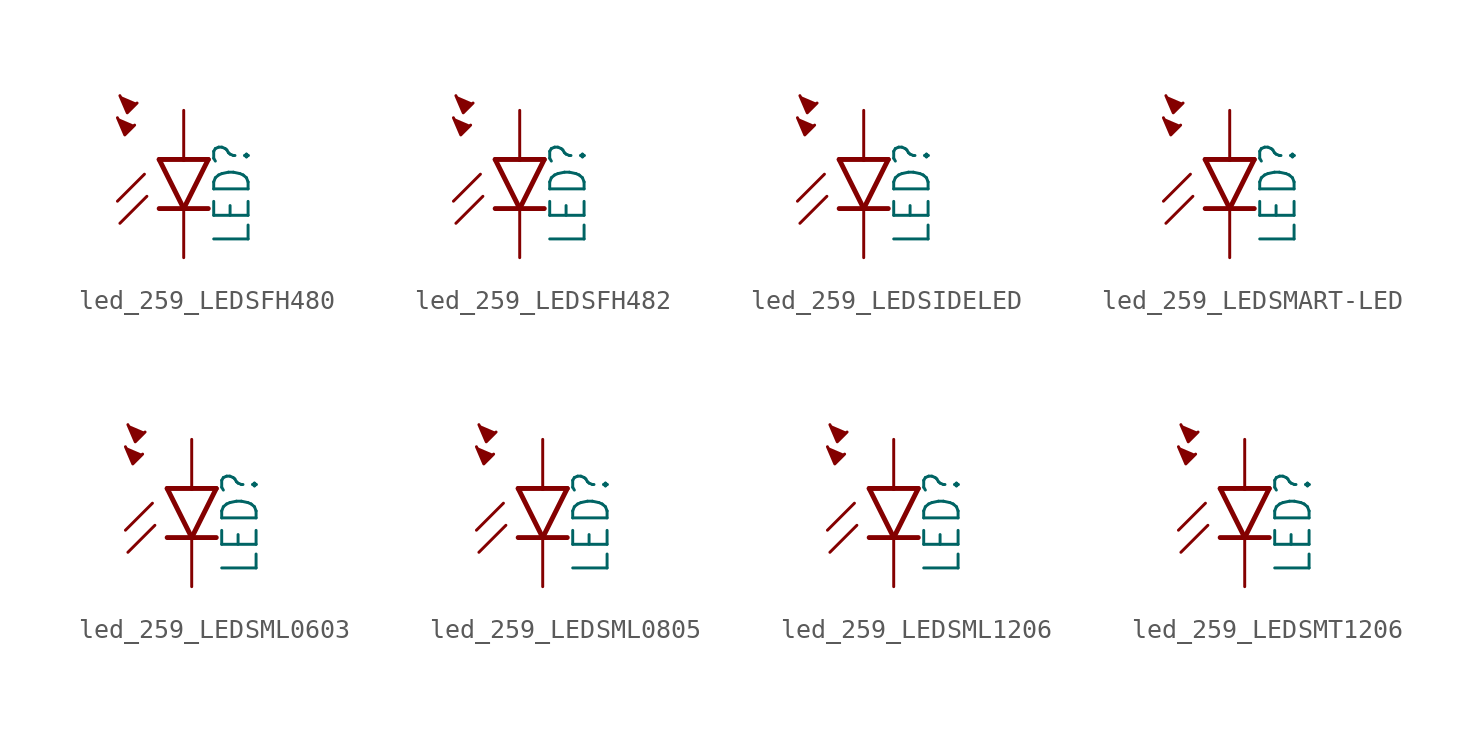
<source format=kicad_sym>
(kicad_symbol_lib
  (version 20241209)
  (generator "kicad_symbol_editor")
  (generator_version "9.0")
  (symbol "led_259_LEDSFH480"
    (property "Reference" "LED"
      (at 3.556 -4.572 90)
      (effects (font (size 1.778 1.511)) (justify left bottom)))
    (property "Value" ""
      (at 5.715 -4.572 90)
      (effects (font (size 1.778 1.511)) (justify left bottom)))
    (property "ki_locked" ""
      (at 0 0 0)
      (effects (font (size 1.27 1.27))))
    (symbol "led_259_LEDSFH480_1_0"
      (polyline (pts (xy -3.429 2.159) (xy -3.048 1.27) (xy -2.54 1.778)) (stroke (width 0.152) (type solid)) (fill (type outline)))
      (polyline (pts (xy -3.302 3.302) (xy -2.921 2.413) (xy -2.413 2.921)) (stroke (width 0.152) (type solid)) (fill (type outline)))
      (polyline (pts (xy -2.032 -0.762) (xy -3.429 -2.159)) (stroke (width 0.152) (type solid)) (fill (type none)))
      (polyline (pts (xy -1.905 -1.905) (xy -3.302 -3.302)) (stroke (width 0.152) (type solid)) (fill (type none)))
      (polyline (pts (xy 0 0) (xy -1.27 0)) (stroke (width 0.254) (type solid)) (fill (type none)))
      (polyline (pts (xy 0 -2.54) (xy -1.27 0)) (stroke (width 0.254) (type solid)) (fill (type none)))
      (polyline (pts (xy 0 -2.54) (xy -1.27 -2.54)) (stroke (width 0.254) (type solid)) (fill (type none)))
      (polyline (pts (xy 1.27 0) (xy 0 0)) (stroke (width 0.254) (type solid)) (fill (type none)))
      (polyline (pts (xy 1.27 0) (xy 0 -2.54)) (stroke (width 0.254) (type solid)) (fill (type none)))
      (polyline (pts (xy 1.27 -2.54) (xy 0 -2.54)) (stroke (width 0.254) (type solid)) (fill (type none)))
      (pin passive line (at 0 2.54 270) (length 2.54) (name "A" (effects (font (size 0 0)))) (number "A" (effects (font (size 0 0)))))
      (pin passive line (at 0 -5.08 90) (length 2.54) (name "C" (effects (font (size 0 0)))) (number "K" (effects (font (size 0 0)))))))
  (symbol "led_259_LEDSFH482"
    (property "Reference" "LED"
      (at 3.556 -4.572 90)
      (effects (font (size 1.778 1.511)) (justify left bottom)))
    (property "Value" ""
      (at 5.715 -4.572 90)
      (effects (font (size 1.778 1.511)) (justify left bottom)))
    (property "ki_locked" ""
      (at 0 0 0)
      (effects (font (size 1.27 1.27))))
    (symbol "led_259_LEDSFH482_1_0"
      (polyline (pts (xy -3.429 2.159) (xy -3.048 1.27) (xy -2.54 1.778)) (stroke (width 0.152) (type solid)) (fill (type outline)))
      (polyline (pts (xy -3.302 3.302) (xy -2.921 2.413) (xy -2.413 2.921)) (stroke (width 0.152) (type solid)) (fill (type outline)))
      (polyline (pts (xy -2.032 -0.762) (xy -3.429 -2.159)) (stroke (width 0.152) (type solid)) (fill (type none)))
      (polyline (pts (xy -1.905 -1.905) (xy -3.302 -3.302)) (stroke (width 0.152) (type solid)) (fill (type none)))
      (polyline (pts (xy 0 0) (xy -1.27 0)) (stroke (width 0.254) (type solid)) (fill (type none)))
      (polyline (pts (xy 0 -2.54) (xy -1.27 0)) (stroke (width 0.254) (type solid)) (fill (type none)))
      (polyline (pts (xy 0 -2.54) (xy -1.27 -2.54)) (stroke (width 0.254) (type solid)) (fill (type none)))
      (polyline (pts (xy 1.27 0) (xy 0 0)) (stroke (width 0.254) (type solid)) (fill (type none)))
      (polyline (pts (xy 1.27 0) (xy 0 -2.54)) (stroke (width 0.254) (type solid)) (fill (type none)))
      (polyline (pts (xy 1.27 -2.54) (xy 0 -2.54)) (stroke (width 0.254) (type solid)) (fill (type none)))
      (pin passive line (at 0 2.54 270) (length 2.54) (name "A" (effects (font (size 0 0)))) (number "A" (effects (font (size 0 0)))))
      (pin passive line (at 0 -5.08 90) (length 2.54) (name "C" (effects (font (size 0 0)))) (number "K" (effects (font (size 0 0)))))))
  (symbol "led_259_LEDSIDELED"
    (property "Reference" "LED"
      (at 3.556 -4.572 90)
      (effects (font (size 1.778 1.511)) (justify left bottom)))
    (property "Value" ""
      (at 5.715 -4.572 90)
      (effects (font (size 1.778 1.511)) (justify left bottom)))
    (property "ki_locked" ""
      (at 0 0 0)
      (effects (font (size 1.27 1.27))))
    (symbol "led_259_LEDSIDELED_1_0"
      (polyline (pts (xy -3.429 2.159) (xy -3.048 1.27) (xy -2.54 1.778)) (stroke (width 0.152) (type solid)) (fill (type outline)))
      (polyline (pts (xy -3.302 3.302) (xy -2.921 2.413) (xy -2.413 2.921)) (stroke (width 0.152) (type solid)) (fill (type outline)))
      (polyline (pts (xy -2.032 -0.762) (xy -3.429 -2.159)) (stroke (width 0.152) (type solid)) (fill (type none)))
      (polyline (pts (xy -1.905 -1.905) (xy -3.302 -3.302)) (stroke (width 0.152) (type solid)) (fill (type none)))
      (polyline (pts (xy 0 0) (xy -1.27 0)) (stroke (width 0.254) (type solid)) (fill (type none)))
      (polyline (pts (xy 0 -2.54) (xy -1.27 0)) (stroke (width 0.254) (type solid)) (fill (type none)))
      (polyline (pts (xy 0 -2.54) (xy -1.27 -2.54)) (stroke (width 0.254) (type solid)) (fill (type none)))
      (polyline (pts (xy 1.27 0) (xy 0 0)) (stroke (width 0.254) (type solid)) (fill (type none)))
      (polyline (pts (xy 1.27 0) (xy 0 -2.54)) (stroke (width 0.254) (type solid)) (fill (type none)))
      (polyline (pts (xy 1.27 -2.54) (xy 0 -2.54)) (stroke (width 0.254) (type solid)) (fill (type none)))
      (pin passive line (at 0 2.54 270) (length 2.54) (name "A" (effects (font (size 0 0)))) (number "A" (effects (font (size 0 0)))))
      (pin passive line (at 0 -5.08 90) (length 2.54) (name "C" (effects (font (size 0 0)))) (number "C" (effects (font (size 0 0)))))))
  (symbol "led_259_LEDSMART-LED"
    (property "Reference" "LED"
      (at 3.556 -4.572 90)
      (effects (font (size 1.778 1.511)) (justify left bottom)))
    (property "Value" ""
      (at 5.715 -4.572 90)
      (effects (font (size 1.778 1.511)) (justify left bottom)))
    (property "ki_locked" ""
      (at 0 0 0)
      (effects (font (size 1.27 1.27))))
    (symbol "led_259_LEDSMART-LED_1_0"
      (polyline (pts (xy -3.429 2.159) (xy -3.048 1.27) (xy -2.54 1.778)) (stroke (width 0.152) (type solid)) (fill (type outline)))
      (polyline (pts (xy -3.302 3.302) (xy -2.921 2.413) (xy -2.413 2.921)) (stroke (width 0.152) (type solid)) (fill (type outline)))
      (polyline (pts (xy -2.032 -0.762) (xy -3.429 -2.159)) (stroke (width 0.152) (type solid)) (fill (type none)))
      (polyline (pts (xy -1.905 -1.905) (xy -3.302 -3.302)) (stroke (width 0.152) (type solid)) (fill (type none)))
      (polyline (pts (xy 0 0) (xy -1.27 0)) (stroke (width 0.254) (type solid)) (fill (type none)))
      (polyline (pts (xy 0 -2.54) (xy -1.27 0)) (stroke (width 0.254) (type solid)) (fill (type none)))
      (polyline (pts (xy 0 -2.54) (xy -1.27 -2.54)) (stroke (width 0.254) (type solid)) (fill (type none)))
      (polyline (pts (xy 1.27 0) (xy 0 0)) (stroke (width 0.254) (type solid)) (fill (type none)))
      (polyline (pts (xy 1.27 0) (xy 0 -2.54)) (stroke (width 0.254) (type solid)) (fill (type none)))
      (polyline (pts (xy 1.27 -2.54) (xy 0 -2.54)) (stroke (width 0.254) (type solid)) (fill (type none)))
      (pin passive line (at 0 2.54 270) (length 2.54) (name "A" (effects (font (size 0 0)))) (number "A" (effects (font (size 0 0)))))
      (pin passive line (at 0 -5.08 90) (length 2.54) (name "C" (effects (font (size 0 0)))) (number "B" (effects (font (size 0 0)))))))
  (symbol "led_259_LEDSML0603"
    (property "Reference" "LED"
      (at 3.556 -4.572 90)
      (effects (font (size 1.778 1.511)) (justify left bottom)))
    (property "Value" ""
      (at 5.715 -4.572 90)
      (effects (font (size 1.778 1.511)) (justify left bottom)))
    (property "ki_locked" ""
      (at 0 0 0)
      (effects (font (size 1.27 1.27))))
    (symbol "led_259_LEDSML0603_1_0"
      (polyline (pts (xy -3.429 2.159) (xy -3.048 1.27) (xy -2.54 1.778)) (stroke (width 0.152) (type solid)) (fill (type outline)))
      (polyline (pts (xy -3.302 3.302) (xy -2.921 2.413) (xy -2.413 2.921)) (stroke (width 0.152) (type solid)) (fill (type outline)))
      (polyline (pts (xy -2.032 -0.762) (xy -3.429 -2.159)) (stroke (width 0.152) (type solid)) (fill (type none)))
      (polyline (pts (xy -1.905 -1.905) (xy -3.302 -3.302)) (stroke (width 0.152) (type solid)) (fill (type none)))
      (polyline (pts (xy 0 0) (xy -1.27 0)) (stroke (width 0.254) (type solid)) (fill (type none)))
      (polyline (pts (xy 0 -2.54) (xy -1.27 0)) (stroke (width 0.254) (type solid)) (fill (type none)))
      (polyline (pts (xy 0 -2.54) (xy -1.27 -2.54)) (stroke (width 0.254) (type solid)) (fill (type none)))
      (polyline (pts (xy 1.27 0) (xy 0 0)) (stroke (width 0.254) (type solid)) (fill (type none)))
      (polyline (pts (xy 1.27 0) (xy 0 -2.54)) (stroke (width 0.254) (type solid)) (fill (type none)))
      (polyline (pts (xy 1.27 -2.54) (xy 0 -2.54)) (stroke (width 0.254) (type solid)) (fill (type none)))
      (pin passive line (at 0 2.54 270) (length 2.54) (name "A" (effects (font (size 0 0)))) (number "A" (effects (font (size 0 0)))))
      (pin passive line (at 0 -5.08 90) (length 2.54) (name "C" (effects (font (size 0 0)))) (number "C" (effects (font (size 0 0)))))))
  (symbol "led_259_LEDSML0805"
    (property "Reference" "LED"
      (at 3.556 -4.572 90)
      (effects (font (size 1.778 1.511)) (justify left bottom)))
    (property "Value" ""
      (at 5.715 -4.572 90)
      (effects (font (size 1.778 1.511)) (justify left bottom)))
    (property "ki_locked" ""
      (at 0 0 0)
      (effects (font (size 1.27 1.27))))
    (symbol "led_259_LEDSML0805_1_0"
      (polyline (pts (xy -3.429 2.159) (xy -3.048 1.27) (xy -2.54 1.778)) (stroke (width 0.152) (type solid)) (fill (type outline)))
      (polyline (pts (xy -3.302 3.302) (xy -2.921 2.413) (xy -2.413 2.921)) (stroke (width 0.152) (type solid)) (fill (type outline)))
      (polyline (pts (xy -2.032 -0.762) (xy -3.429 -2.159)) (stroke (width 0.152) (type solid)) (fill (type none)))
      (polyline (pts (xy -1.905 -1.905) (xy -3.302 -3.302)) (stroke (width 0.152) (type solid)) (fill (type none)))
      (polyline (pts (xy 0 0) (xy -1.27 0)) (stroke (width 0.254) (type solid)) (fill (type none)))
      (polyline (pts (xy 0 -2.54) (xy -1.27 0)) (stroke (width 0.254) (type solid)) (fill (type none)))
      (polyline (pts (xy 0 -2.54) (xy -1.27 -2.54)) (stroke (width 0.254) (type solid)) (fill (type none)))
      (polyline (pts (xy 1.27 0) (xy 0 0)) (stroke (width 0.254) (type solid)) (fill (type none)))
      (polyline (pts (xy 1.27 0) (xy 0 -2.54)) (stroke (width 0.254) (type solid)) (fill (type none)))
      (polyline (pts (xy 1.27 -2.54) (xy 0 -2.54)) (stroke (width 0.254) (type solid)) (fill (type none)))
      (pin passive line (at 0 2.54 270) (length 2.54) (name "A" (effects (font (size 0 0)))) (number "A" (effects (font (size 0 0)))))
      (pin passive line (at 0 -5.08 90) (length 2.54) (name "C" (effects (font (size 0 0)))) (number "C" (effects (font (size 0 0)))))))
  (symbol "led_259_LEDSML1206"
    (property "Reference" "LED"
      (at 3.556 -4.572 90)
      (effects (font (size 1.778 1.511)) (justify left bottom)))
    (property "Value" ""
      (at 5.715 -4.572 90)
      (effects (font (size 1.778 1.511)) (justify left bottom)))
    (property "ki_locked" ""
      (at 0 0 0)
      (effects (font (size 1.27 1.27))))
    (symbol "led_259_LEDSML1206_1_0"
      (polyline (pts (xy -3.429 2.159) (xy -3.048 1.27) (xy -2.54 1.778)) (stroke (width 0.152) (type solid)) (fill (type outline)))
      (polyline (pts (xy -3.302 3.302) (xy -2.921 2.413) (xy -2.413 2.921)) (stroke (width 0.152) (type solid)) (fill (type outline)))
      (polyline (pts (xy -2.032 -0.762) (xy -3.429 -2.159)) (stroke (width 0.152) (type solid)) (fill (type none)))
      (polyline (pts (xy -1.905 -1.905) (xy -3.302 -3.302)) (stroke (width 0.152) (type solid)) (fill (type none)))
      (polyline (pts (xy 0 0) (xy -1.27 0)) (stroke (width 0.254) (type solid)) (fill (type none)))
      (polyline (pts (xy 0 -2.54) (xy -1.27 0)) (stroke (width 0.254) (type solid)) (fill (type none)))
      (polyline (pts (xy 0 -2.54) (xy -1.27 -2.54)) (stroke (width 0.254) (type solid)) (fill (type none)))
      (polyline (pts (xy 1.27 0) (xy 0 0)) (stroke (width 0.254) (type solid)) (fill (type none)))
      (polyline (pts (xy 1.27 0) (xy 0 -2.54)) (stroke (width 0.254) (type solid)) (fill (type none)))
      (polyline (pts (xy 1.27 -2.54) (xy 0 -2.54)) (stroke (width 0.254) (type solid)) (fill (type none)))
      (pin passive line (at 0 2.54 270) (length 2.54) (name "A" (effects (font (size 0 0)))) (number "A" (effects (font (size 0 0)))))
      (pin passive line (at 0 -5.08 90) (length 2.54) (name "C" (effects (font (size 0 0)))) (number "C" (effects (font (size 0 0)))))))
  (symbol "led_259_LEDSMT1206"
    (property "Reference" "LED"
      (at 3.556 -4.572 90)
      (effects (font (size 1.778 1.511)) (justify left bottom)))
    (property "Value" ""
      (at 5.715 -4.572 90)
      (effects (font (size 1.778 1.511)) (justify left bottom)))
    (property "ki_locked" ""
      (at 0 0 0)
      (effects (font (size 1.27 1.27))))
    (symbol "led_259_LEDSMT1206_1_0"
      (polyline (pts (xy -3.429 2.159) (xy -3.048 1.27) (xy -2.54 1.778)) (stroke (width 0.152) (type solid)) (fill (type outline)))
      (polyline (pts (xy -3.302 3.302) (xy -2.921 2.413) (xy -2.413 2.921)) (stroke (width 0.152) (type solid)) (fill (type outline)))
      (polyline (pts (xy -2.032 -0.762) (xy -3.429 -2.159)) (stroke (width 0.152) (type solid)) (fill (type none)))
      (polyline (pts (xy -1.905 -1.905) (xy -3.302 -3.302)) (stroke (width 0.152) (type solid)) (fill (type none)))
      (polyline (pts (xy 0 0) (xy -1.27 0)) (stroke (width 0.254) (type solid)) (fill (type none)))
      (polyline (pts (xy 0 -2.54) (xy -1.27 0)) (stroke (width 0.254) (type solid)) (fill (type none)))
      (polyline (pts (xy 0 -2.54) (xy -1.27 -2.54)) (stroke (width 0.254) (type solid)) (fill (type none)))
      (polyline (pts (xy 1.27 0) (xy 0 0)) (stroke (width 0.254) (type solid)) (fill (type none)))
      (polyline (pts (xy 1.27 0) (xy 0 -2.54)) (stroke (width 0.254) (type solid)) (fill (type none)))
      (polyline (pts (xy 1.27 -2.54) (xy 0 -2.54)) (stroke (width 0.254) (type solid)) (fill (type none)))
      (pin passive line (at 0 2.54 270) (length 2.54) (name "A" (effects (font (size 0 0)))) (number "A" (effects (font (size 0 0)))))
      (pin passive line (at 0 -5.08 90) (length 2.54) (name "C" (effects (font (size 0 0)))) (number "C" (effects (font (size 0 0))))))))
</source>
